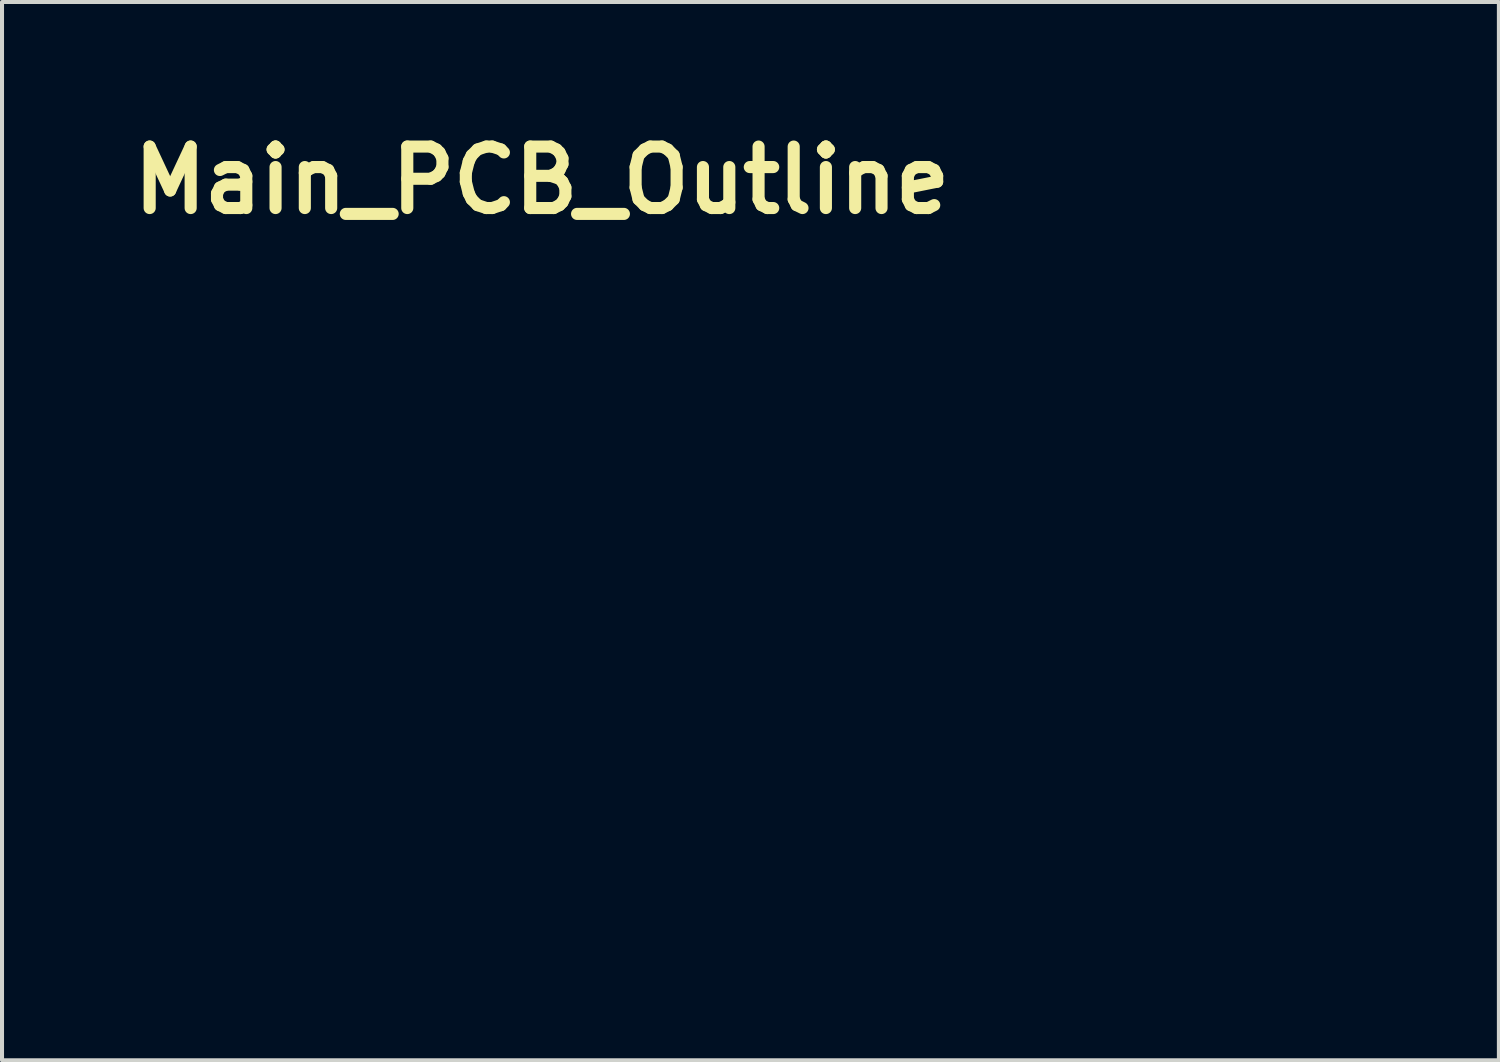
<source format=kicad_pcb>
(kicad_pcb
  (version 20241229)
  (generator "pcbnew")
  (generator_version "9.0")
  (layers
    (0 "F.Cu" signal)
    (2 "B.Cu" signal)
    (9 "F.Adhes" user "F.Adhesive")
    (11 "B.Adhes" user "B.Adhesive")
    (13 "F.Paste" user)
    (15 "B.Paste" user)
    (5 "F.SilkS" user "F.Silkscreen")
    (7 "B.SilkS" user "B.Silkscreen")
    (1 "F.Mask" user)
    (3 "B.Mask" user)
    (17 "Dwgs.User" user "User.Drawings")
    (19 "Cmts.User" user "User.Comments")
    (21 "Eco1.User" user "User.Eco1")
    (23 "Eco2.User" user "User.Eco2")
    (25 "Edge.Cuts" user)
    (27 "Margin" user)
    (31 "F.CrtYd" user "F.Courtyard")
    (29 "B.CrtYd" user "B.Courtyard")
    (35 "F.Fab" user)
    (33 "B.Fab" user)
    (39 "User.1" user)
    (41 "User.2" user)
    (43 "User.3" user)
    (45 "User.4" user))
  (footprint "Main_PCB_Outline"
    (layer "F.Cu")
    (at 15.705 11.468)
    (property "Reference" "Main_PCB_Outline" (at -5.32 -10.05 0) (layer "F.SilkS") (effects (font (size 1.524 1.524) (thickness 0.3))))
    (attr through_hole)
    (fp_poly (pts (xy -1.184 -6.956) (xy 1.598 -6.956) (xy 1.598 -7.124) (xy 2.93 -7.124) (xy 2.949 -7.037) (xy 2.951 -7.033) (xy 2.995 -6.971) (xy 3.063 -6.93) (xy 3.145 -6.911) (xy 3.232 -6.917) (xy 3.296 -6.94) (xy 3.348 -6.988) (xy 3.384 -7.059) (xy 3.4 -7.138) (xy 4.305 -7.138) (xy 4.322 -7.048) (xy 4.372 -6.975) (xy 4.445 -6.927) (xy 4.513 -6.904) (xy 4.573 -6.906) (xy 4.63 -6.926) (xy 4.706 -6.972) (xy 4.752 -7.038) (xy 4.771 -7.118) (xy 4.771 -7.118) (xy 5.678 -7.118) (xy 5.698 -7.043) (xy 5.743 -6.977) (xy 5.816 -6.927) (xy 5.817 -6.927) (xy 5.885 -6.904) (xy 5.944 -6.906) (xy 6.004 -6.926) (xy 6.079 -6.976) (xy 6.128 -7.047) (xy 6.15 -7.132) (xy 6.148 -7.146) (xy 7.055 -7.146) (xy 7.066 -7.067) (xy 7.101 -6.996) (xy 7.16 -6.942) (xy 7.187 -6.928) (xy 7.255 -6.905) (xy 7.314 -6.905) (xy 7.377 -6.926) (xy 7.456 -6.976) (xy 7.504 -7.049) (xy 7.52 -7.141) (xy 7.52 -7.142) (xy 7.513 -7.189) (xy 8.429 -7.189) (xy 8.429 -7.104) (xy 8.457 -7.025) (xy 8.51 -6.961) (xy 8.574 -6.924) (xy 8.635 -6.906) (xy 8.683 -6.905) (xy 8.735 -6.92) (xy 8.773 -6.936) (xy 8.828 -6.968) (xy 8.863 -7.012) (xy 8.883 -7.057) (xy 8.898 -7.103) (xy 9.801 -7.103) (xy 9.83 -7.021) (xy 9.848 -6.994) (xy 9.909 -6.942) (xy 9.988 -6.914) (xy 10.076 -6.913) (xy 10.161 -6.939) (xy 10.194 -6.959) (xy 10.247 -7.018) (xy 10.275 -7.094) (xy 10.275 -7.123) (xy 11.176 -7.123) (xy 11.179 -7.094) (xy 11.204 -7.032) (xy 11.249 -6.973) (xy 11.304 -6.928) (xy 11.342 -6.913) (xy 11.414 -6.909) (xy 11.494 -6.923) (xy 11.558 -6.949) (xy 11.559 -6.95) (xy 11.603 -6.996) (xy 11.638 -7.064) (xy 11.656 -7.138) (xy 11.656 -7.158) (xy 11.64 -7.229) (xy 11.598 -7.299) (xy 11.538 -7.353) (xy 11.523 -7.362) (xy 11.445 -7.383) (xy 11.358 -7.378) (xy 11.278 -7.347) (xy 11.263 -7.337) (xy 11.216 -7.281) (xy 11.185 -7.205) (xy 11.176 -7.123) (xy 10.275 -7.123) (xy 10.275 -7.176) (xy 10.251 -7.256) (xy 10.201 -7.324) (xy 10.173 -7.346) (xy 10.092 -7.382) (xy 10.012 -7.386) (xy 9.938 -7.363) (xy 9.875 -7.318) (xy 9.829 -7.256) (xy 9.802 -7.182) (xy 9.801 -7.103) (xy 8.898 -7.103) (xy 8.902 -7.115) (xy 8.905 -7.159) (xy 8.894 -7.211) (xy 8.89 -7.221) (xy 8.848 -7.3) (xy 8.784 -7.354) (xy 8.708 -7.382) (xy 8.627 -7.383) (xy 8.549 -7.357) (xy 8.482 -7.302) (xy 8.46 -7.27) (xy 8.429 -7.189) (xy 7.513 -7.189) (xy 7.504 -7.239) (xy 7.46 -7.315) (xy 7.392 -7.365) (xy 7.305 -7.387) (xy 7.234 -7.382) (xy 7.157 -7.351) (xy 7.101 -7.296) (xy 7.067 -7.225) (xy 7.055 -7.146) (xy 6.148 -7.146) (xy 6.141 -7.223) (xy 6.121 -7.274) (xy 6.077 -7.325) (xy 6.01 -7.366) (xy 5.936 -7.387) (xy 5.913 -7.389) (xy 5.826 -7.373) (xy 5.758 -7.331) (xy 5.71 -7.27) (xy 5.683 -7.196) (xy 5.678 -7.118) (xy 4.771 -7.118) (xy 4.766 -7.214) (xy 4.732 -7.293) (xy 4.673 -7.35) (xy 4.596 -7.381) (xy 4.506 -7.384) (xy 4.428 -7.362) (xy 4.363 -7.315) (xy 4.321 -7.242) (xy 4.305 -7.145) (xy 4.305 -7.138) (xy 3.4 -7.138) (xy 3.4 -7.14) (xy 3.393 -7.22) (xy 3.379 -7.257) (xy 3.337 -7.309) (xy 3.275 -7.355) (xy 3.209 -7.384) (xy 3.174 -7.389) (xy 3.092 -7.375) (xy 3.017 -7.338) (xy 2.964 -7.287) (xy 2.935 -7.213) (xy 2.93 -7.124) (xy 1.598 -7.124) (xy 1.598 -8.742) (xy 12.991 -8.742) (xy 12.991 -6.956) (xy 15.398 -6.956) (xy 15.398 8.761) (xy -15.398 8.761) (xy -15.398 5.675) (xy -5.358 5.675) (xy -5.346 5.801) (xy -5.327 5.876) (xy -5.281 5.965) (xy -5.211 6.051) (xy -5.127 6.124) (xy -5.04 6.171) (xy -5.038 6.172) (xy -4.934 6.195) (xy -4.816 6.202) (xy -4.702 6.191) (xy -4.64 6.175) (xy -4.526 6.117) (xy -4.432 6.033) (xy -4.361 5.928) (xy -4.316 5.808) (xy -4.299 5.681) (xy -3.07 5.681) (xy -3.053 5.815) (xy -3.005 5.937) (xy -2.93 6.044) (xy -2.833 6.127) (xy -2.738 6.174) (xy -2.64 6.196) (xy -2.527 6.202) (xy -2.416 6.192) (xy -2.346 6.175) (xy -2.236 6.119) (xy -2.14 6.034) (xy -2.068 5.929) (xy -2.044 5.877) (xy -2.03 5.825) (xy -2.023 5.762) (xy -2.022 5.716) (xy -0.782 5.716) (xy -0.758 5.84) (xy -0.703 5.958) (xy -0.618 6.063) (xy -0.58 6.096) (xy -0.485 6.156) (xy -0.377 6.191) (xy -0.247 6.203) (xy -0.241 6.203) (xy -0.164 6.201) (xy -0.101 6.188) (xy -0.034 6.161) (xy 0.003 6.143) (xy 0.114 6.067) (xy 0.197 5.971) (xy 0.252 5.861) (xy 0.28 5.743) (xy 0.28 5.679) (xy 1.509 5.679) (xy 1.525 5.806) (xy 1.57 5.925) (xy 1.642 6.03) (xy 1.738 6.117) (xy 1.859 6.18) (xy 1.88 6.188) (xy 1.947 6.199) (xy 2.035 6.2) (xy 2.131 6.191) (xy 2.219 6.175) (xy 2.286 6.152) (xy 2.287 6.152) (xy 2.398 6.075) (xy 2.487 5.974) (xy 2.527 5.904) (xy 2.555 5.813) (xy 2.567 5.706) (xy 2.567 5.678) (xy 3.807 5.678) (xy 3.809 5.762) (xy 3.815 5.821) (xy 3.829 5.871) (xy 3.854 5.922) (xy 3.862 5.936) (xy 3.929 6.033) (xy 4.017 6.109) (xy 4.122 6.168) (xy 4.205 6.192) (xy 4.307 6.201) (xy 4.416 6.196) (xy 4.517 6.176) (xy 4.579 6.152) (xy 4.663 6.095) (xy 4.743 6.014) (xy 4.806 5.926) (xy 4.825 5.89) (xy 4.849 5.804) (xy 4.859 5.698) (xy 4.854 5.589) (xy 4.835 5.49) (xy 4.82 5.451) (xy 4.746 5.332) (xy 4.648 5.24) (xy 4.528 5.179) (xy 4.391 5.149) (xy 4.334 5.146) (xy 4.188 5.161) (xy 4.062 5.209) (xy 3.956 5.288) (xy 3.872 5.397) (xy 3.858 5.422) (xy 3.832 5.477) (xy 3.817 5.53) (xy 3.809 5.592) (xy 3.807 5.678) (xy 2.567 5.678) (xy 2.564 5.595) (xy 2.546 5.496) (xy 2.525 5.441) (xy 2.458 5.336) (xy 2.382 5.258) (xy 2.286 5.198) (xy 2.282 5.196) (xy 2.162 5.156) (xy 2.034 5.144) (xy 1.907 5.159) (xy 1.788 5.199) (xy 1.687 5.264) (xy 1.643 5.308) (xy 1.566 5.424) (xy 1.522 5.55) (xy 1.509 5.679) (xy 0.28 5.679) (xy 0.281 5.621) (xy 0.255 5.502) (xy 0.202 5.39) (xy 0.123 5.291) (xy 0.017 5.21) (xy -0.037 5.183) (xy -0.143 5.152) (xy -0.264 5.144) (xy -0.385 5.159) (xy -0.477 5.19) (xy -0.593 5.263) (xy -0.682 5.359) (xy -0.744 5.47) (xy -0.777 5.591) (xy -0.782 5.716) (xy -2.022 5.716) (xy -2.021 5.675) (xy -2.021 5.668) (xy -2.022 5.583) (xy -2.028 5.523) (xy -2.04 5.477) (xy -2.061 5.433) (xy -2.071 5.415) (xy -2.159 5.298) (xy -2.265 5.214) (xy -2.39 5.163) (xy -2.532 5.145) (xy -2.538 5.145) (xy -2.679 5.162) (xy -2.804 5.21) (xy -2.909 5.287) (xy -2.991 5.389) (xy -3.045 5.511) (xy -3.069 5.651) (xy -3.07 5.681) (xy -4.299 5.681) (xy -4.299 5.679) (xy -4.312 5.549) (xy -4.342 5.46) (xy -4.41 5.344) (xy -4.499 5.255) (xy -4.605 5.192) (xy -4.721 5.155) (xy -4.843 5.144) (xy -4.964 5.16) (xy -5.079 5.202) (xy -5.182 5.27) (xy -5.269 5.366) (xy -5.313 5.443) (xy -5.347 5.551) (xy -5.358 5.675) (xy -15.398 5.675) (xy -15.398 3.62) (xy -13.627 3.62) (xy -13.624 3.811) (xy -13.589 3.999) (xy -13.521 4.18) (xy -13.422 4.35) (xy -13.328 4.465) (xy -13.173 4.604) (xy -13.002 4.71) (xy -12.818 4.783) (xy -12.624 4.821) (xy -12.424 4.824) (xy -12.221 4.791) (xy -12.122 4.761) (xy -11.933 4.677) (xy -11.767 4.564) (xy -11.626 4.424) (xy -11.511 4.258) (xy -11.425 4.067) (xy -11.401 3.995) (xy -11.379 3.887) (xy -11.369 3.757) (xy -11.369 3.694) (xy -6.505 3.694) (xy -6.488 3.833) (xy -6.44 3.956) (xy -6.366 4.06) (xy -6.27 4.141) (xy -6.158 4.198) (xy -6.033 4.226) (xy -5.901 4.223) (xy -5.787 4.193) (xy -5.659 4.128) (xy -5.56 4.038) (xy -5.491 3.927) (xy -5.453 3.795) (xy -5.449 3.729) (xy -4.204 3.729) (xy -4.195 3.831) (xy -4.175 3.915) (xy -4.165 3.938) (xy -4.091 4.047) (xy -3.993 4.132) (xy -3.876 4.192) (xy -3.749 4.224) (xy -3.617 4.224) (xy -3.499 4.195) (xy -3.382 4.137) (xy -3.293 4.061) (xy -3.223 3.958) (xy -3.216 3.943) (xy -3.171 3.818) (xy -3.158 3.687) (xy -3.16 3.668) (xy -1.931 3.668) (xy -1.923 3.793) (xy -1.886 3.91) (xy -1.825 4.014) (xy -1.742 4.102) (xy -1.641 4.169) (xy -1.524 4.212) (xy -1.395 4.227) (xy -1.257 4.21) (xy -1.228 4.202) (xy -1.134 4.159) (xy -1.041 4.091) (xy -0.96 4.008) (xy -0.916 3.941) (xy -0.888 3.861) (xy -0.873 3.759) (xy -0.873 3.714) (xy 0.362 3.714) (xy 0.383 3.84) (xy 0.439 3.972) (xy 0.521 4.078) (xy 0.624 4.158) (xy 0.745 4.208) (xy 0.88 4.227) (xy 1.023 4.213) (xy 1.071 4.2) (xy 1.182 4.149) (xy 1.279 4.067) (xy 1.355 3.964) (xy 1.406 3.844) (xy 1.428 3.716) (xy 1.429 3.694) (xy 2.651 3.694) (xy 2.657 3.759) (xy 2.671 3.836) (xy 2.681 3.872) (xy 2.725 3.968) (xy 2.797 4.061) (xy 2.885 4.139) (xy 2.979 4.193) (xy 3.001 4.201) (xy 3.112 4.222) (xy 3.232 4.222) (xy 3.348 4.202) (xy 3.422 4.175) (xy 3.53 4.107) (xy 3.611 4.022) (xy 3.662 3.939) (xy 3.689 3.881) (xy 3.704 3.825) (xy 3.71 3.757) (xy 3.711 3.694) (xy 3.711 3.673) (xy 11.36 3.673) (xy 11.362 3.737) (xy 11.371 3.813) (xy 11.38 3.869) (xy 11.43 4.071) (xy 11.512 4.254) (xy 11.621 4.416) (xy 11.754 4.555) (xy 11.909 4.667) (xy 12.083 4.751) (xy 12.273 4.805) (xy 12.475 4.824) (xy 12.55 4.823) (xy 12.645 4.814) (xy 12.744 4.799) (xy 12.828 4.781) (xy 12.841 4.777) (xy 13.024 4.701) (xy 13.19 4.593) (xy 13.335 4.457) (xy 13.458 4.294) (xy 13.554 4.107) (xy 13.571 4.066) (xy 13.592 4.005) (xy 13.606 3.95) (xy 13.614 3.889) (xy 13.618 3.811) (xy 13.62 3.706) (xy 13.62 3.704) (xy 13.619 3.596) (xy 13.616 3.515) (xy 13.607 3.451) (xy 13.593 3.392) (xy 13.578 3.344) (xy 13.492 3.15) (xy 13.377 2.979) (xy 13.235 2.834) (xy 13.067 2.715) (xy 12.875 2.625) (xy 12.857 2.618) (xy 12.711 2.581) (xy 12.547 2.565) (xy 12.378 2.57) (xy 12.219 2.595) (xy 12.164 2.61) (xy 11.973 2.688) (xy 11.804 2.796) (xy 11.658 2.931) (xy 11.539 3.089) (xy 11.448 3.269) (xy 11.389 3.468) (xy 11.38 3.515) (xy 11.366 3.604) (xy 11.36 3.673) (xy 3.711 3.673) (xy 3.709 3.609) (xy 3.7 3.546) (xy 3.682 3.491) (xy 3.662 3.45) (xy 3.581 3.333) (xy 3.477 3.244) (xy 3.352 3.187) (xy 3.234 3.164) (xy 3.095 3.168) (xy 2.968 3.206) (xy 2.856 3.273) (xy 2.764 3.364) (xy 2.697 3.476) (xy 2.658 3.605) (xy 2.651 3.694) (xy 1.429 3.694) (xy 1.412 3.562) (xy 1.363 3.439) (xy 1.288 3.332) (xy 1.191 3.247) (xy 1.076 3.19) (xy 1.061 3.186) (xy 0.923 3.162) (xy 0.791 3.172) (xy 0.67 3.211) (xy 0.564 3.276) (xy 0.476 3.362) (xy 0.411 3.466) (xy 0.371 3.584) (xy 0.362 3.714) (xy -0.873 3.714) (xy -0.872 3.65) (xy -0.884 3.545) (xy -0.91 3.46) (xy -0.916 3.448) (xy -0.993 3.341) (xy -1.097 3.254) (xy -1.218 3.193) (xy -1.349 3.162) (xy -1.404 3.159) (xy -1.525 3.175) (xy -1.643 3.222) (xy -1.749 3.292) (xy -1.832 3.381) (xy -1.851 3.41) (xy -1.908 3.539) (xy -1.931 3.668) (xy -3.16 3.668) (xy -3.173 3.557) (xy -3.216 3.437) (xy -3.285 3.333) (xy -3.352 3.271) (xy -3.472 3.204) (xy -3.6 3.169) (xy -3.73 3.165) (xy -3.857 3.19) (xy -3.974 3.244) (xy -4.075 3.324) (xy -4.154 3.429) (xy -4.166 3.452) (xy -4.189 3.526) (xy -4.202 3.623) (xy -4.204 3.729) (xy -5.449 3.729) (xy -5.446 3.694) (xy -5.449 3.607) (xy -5.462 3.539) (xy -5.488 3.471) (xy -5.497 3.452) (xy -5.571 3.341) (xy -5.668 3.255) (xy -5.78 3.196) (xy -5.903 3.165) (xy -6.031 3.164) (xy -6.156 3.193) (xy -6.274 3.254) (xy -6.326 3.294) (xy -6.418 3.395) (xy -6.476 3.508) (xy -6.503 3.639) (xy -6.505 3.694) (xy -11.369 3.694) (xy -11.369 3.621) (xy -11.381 3.492) (xy -11.401 3.394) (xy -11.469 3.216) (xy -11.564 3.051) (xy -11.679 2.905) (xy -11.811 2.786) (xy -11.85 2.758) (xy -12.03 2.659) (xy -12.219 2.595) (xy -12.413 2.564) (xy -12.608 2.567) (xy -12.798 2.602) (xy -12.98 2.669) (xy -13.15 2.769) (xy -13.303 2.899) (xy -13.318 2.914) (xy -13.443 3.073) (xy -13.536 3.247) (xy -13.598 3.43) (xy -13.627 3.62) (xy -15.398 3.62) (xy -15.398 1.728) (xy -5.358 1.728) (xy -5.341 1.864) (xy -5.293 1.984) (xy -5.219 2.085) (xy -5.124 2.164) (xy -5.012 2.219) (xy -4.888 2.245) (xy -4.756 2.241) (xy -4.622 2.204) (xy -4.606 2.198) (xy -4.494 2.129) (xy -4.407 2.038) (xy -4.345 1.929) (xy -4.309 1.809) (xy -4.302 1.708) (xy -3.07 1.708) (xy -3.053 1.848) (xy -3.006 1.972) (xy -2.933 2.076) (xy -2.838 2.159) (xy -2.726 2.216) (xy -2.601 2.245) (xy -2.469 2.242) (xy -2.333 2.206) (xy -2.313 2.198) (xy -2.195 2.127) (xy -2.106 2.032) (xy -2.046 1.914) (xy -2.017 1.776) (xy -2.016 1.763) (xy -2.016 1.72) (xy -0.779 1.72) (xy -0.762 1.857) (xy -0.714 1.979) (xy -0.64 2.081) (xy -0.545 2.162) (xy -0.433 2.218) (xy -0.31 2.247) (xy -0.179 2.245) (xy -0.045 2.209) (xy -0.027 2.201) (xy 0.09 2.13) (xy 0.182 2.033) (xy 0.245 1.914) (xy 0.277 1.78) (xy 0.278 1.758) (xy 0.278 1.746) (xy 1.508 1.746) (xy 1.532 1.874) (xy 1.587 2) (xy 1.669 2.102) (xy 1.771 2.179) (xy 1.889 2.228) (xy 2.018 2.247) (xy 2.152 2.234) (xy 2.288 2.188) (xy 2.382 2.13) (xy 2.459 2.053) (xy 2.525 1.948) (xy 2.554 1.864) (xy 2.567 1.76) (xy 2.566 1.711) (xy 3.807 1.711) (xy 3.809 1.797) (xy 3.817 1.859) (xy 3.832 1.912) (xy 3.858 1.967) (xy 3.937 2.078) (xy 4.038 2.163) (xy 4.156 2.22) (xy 4.286 2.247) (xy 4.421 2.242) (xy 4.556 2.203) (xy 4.561 2.2) (xy 4.653 2.144) (xy 4.739 2.061) (xy 4.806 1.965) (xy 4.82 1.938) (xy 4.846 1.851) (xy 4.858 1.746) (xy 4.856 1.636) (xy 4.839 1.538) (xy 4.825 1.499) (xy 4.772 1.411) (xy 4.697 1.326) (xy 4.614 1.257) (xy 4.579 1.237) (xy 4.497 1.208) (xy 4.395 1.191) (xy 4.289 1.187) (xy 4.194 1.198) (xy 4.18 1.201) (xy 4.065 1.251) (xy 3.96 1.329) (xy 3.878 1.428) (xy 3.866 1.448) (xy 3.836 1.504) (xy 3.819 1.551) (xy 3.81 1.605) (xy 3.808 1.677) (xy 3.807 1.711) (xy 2.566 1.711) (xy 2.565 1.649) (xy 2.547 1.545) (xy 2.526 1.485) (xy 2.454 1.374) (xy 2.356 1.28) (xy 2.285 1.235) (xy 2.238 1.214) (xy 2.186 1.201) (xy 2.117 1.195) (xy 2.04 1.194) (xy 1.922 1.2) (xy 1.829 1.22) (xy 1.751 1.26) (xy 1.677 1.323) (xy 1.638 1.365) (xy 1.559 1.481) (xy 1.516 1.609) (xy 1.508 1.746) (xy 0.278 1.746) (xy 0.272 1.61) (xy 0.233 1.481) (xy 0.163 1.37) (xy 0.062 1.281) (xy 0.003 1.246) (xy -0.13 1.196) (xy -0.261 1.181) (xy -0.388 1.198) (xy -0.504 1.243) (xy -0.605 1.315) (xy -0.687 1.41) (xy -0.746 1.525) (xy -0.776 1.659) (xy -0.779 1.72) (xy -2.016 1.72) (xy -2.017 1.63) (xy -2.044 1.517) (xy -2.099 1.412) (xy -2.121 1.381) (xy -2.215 1.287) (xy -2.328 1.224) (xy -2.463 1.192) (xy -2.504 1.188) (xy -2.648 1.196) (xy -2.777 1.235) (xy -2.887 1.303) (xy -2.974 1.396) (xy -3.035 1.511) (xy -3.067 1.644) (xy -3.07 1.708) (xy -4.302 1.708) (xy -4.3 1.684) (xy -4.319 1.561) (xy -4.367 1.444) (xy -4.444 1.34) (xy -4.478 1.308) (xy -4.59 1.236) (xy -4.715 1.194) (xy -4.847 1.183) (xy -4.977 1.202) (xy -5.099 1.251) (xy -5.205 1.33) (xy -5.209 1.334) (xy -5.287 1.433) (xy -5.336 1.545) (xy -5.357 1.678) (xy -5.358 1.728) (xy -15.398 1.728) (xy -15.398 -3.478) (xy -11.995 -3.478) (xy -11.995 -2.012) (xy -11.619 -2.012) (xy -11.619 -3.478) (xy -6.486 -3.478) (xy -6.486 -2.012) (xy -6.11 -2.012) (xy -6.11 -3.478) (xy -6.486 -3.478) (xy -11.619 -3.478) (xy -11.995 -3.478) (xy -15.398 -3.478) (xy -15.398 -5.49) (xy -14.401 -5.49) (xy -14.401 -4.005) (xy -14.007 -4.005) (xy -14.007 -5.49) (xy -8.291 -5.49) (xy -8.291 -4.005) (xy -7.915 -4.005) (xy -7.915 -5.49) (xy -2.783 -5.49) (xy -2.783 -4.005) (xy -2.407 -4.005) (xy -2.407 -5.49) (xy -2.783 -5.49) (xy -7.915 -5.49) (xy -8.291 -5.49) (xy -14.007 -5.49) (xy -14.401 -5.49) (xy -15.398 -5.49) (xy -15.398 -8.742) (xy -1.184 -8.742) (xy -1.184 -6.956)) (stroke (width 0.01) (type solid)) (fill no) (layer "Eco1.User")))
  (gr_rect
    (start -3 -3)
    (end 34.108 23.234)
    (stroke (width 0.1) (type default))
    (fill no)
    (layer "Edge.Cuts")))
</source>
